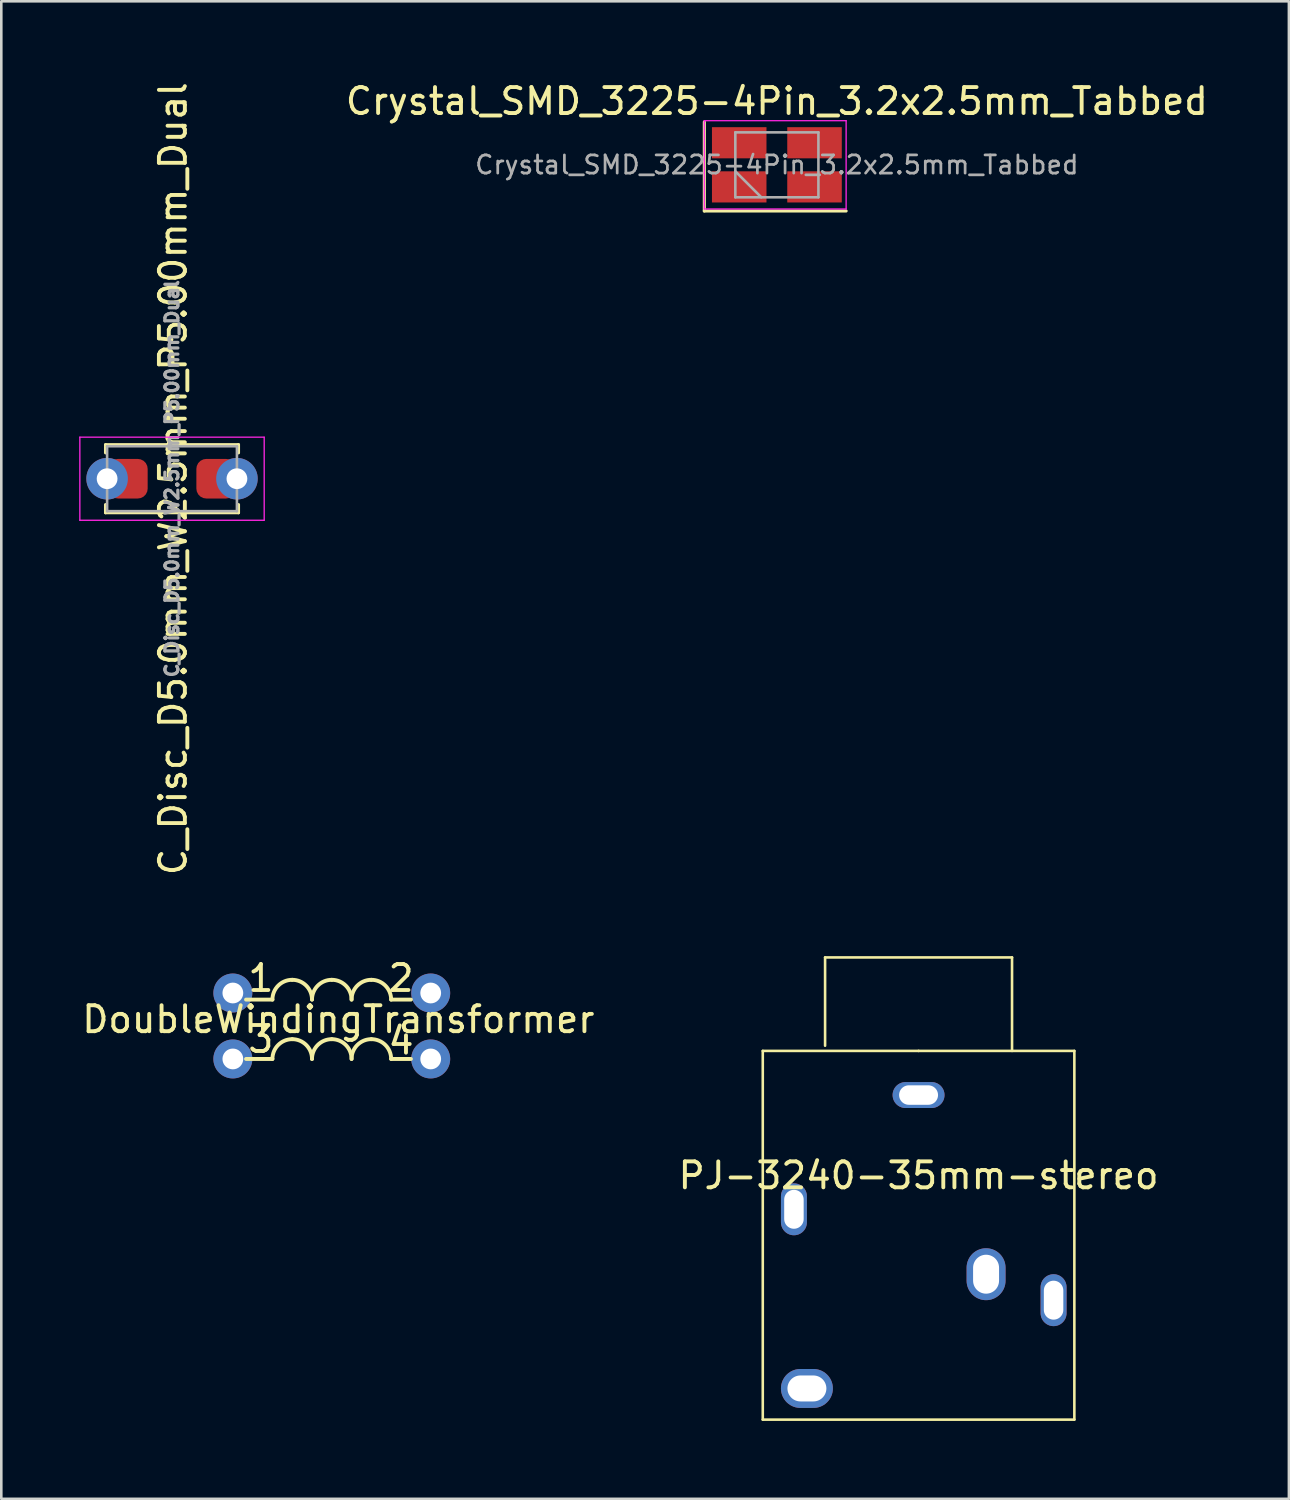
<source format=kicad_pcb>
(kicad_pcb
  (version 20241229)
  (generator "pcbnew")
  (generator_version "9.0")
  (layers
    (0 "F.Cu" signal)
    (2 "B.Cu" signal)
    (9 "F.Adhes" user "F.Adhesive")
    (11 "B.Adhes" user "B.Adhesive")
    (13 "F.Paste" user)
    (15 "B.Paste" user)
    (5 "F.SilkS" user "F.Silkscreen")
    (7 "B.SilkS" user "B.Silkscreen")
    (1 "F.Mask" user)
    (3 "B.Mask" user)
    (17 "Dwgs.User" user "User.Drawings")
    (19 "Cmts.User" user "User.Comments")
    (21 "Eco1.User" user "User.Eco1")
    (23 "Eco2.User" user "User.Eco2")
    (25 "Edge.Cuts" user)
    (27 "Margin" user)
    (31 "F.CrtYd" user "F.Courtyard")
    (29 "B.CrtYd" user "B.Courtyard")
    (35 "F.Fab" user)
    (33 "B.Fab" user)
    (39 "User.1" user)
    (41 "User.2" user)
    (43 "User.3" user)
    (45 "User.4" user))
  (footprint "PJ-3240-35mm-stereo"
    (layer "F.Cu")
    (at 32.327 37.424)
    (property "Reference" "PJ-3240-35mm-stereo" (at 0 4.8 0) (layer "F.SilkS") (effects (font (size 1 1) (thickness 0.15))))
    (attr through_hole)
    (fp_line (start -6 0) (end -6 14.2) (stroke (width 0.1) (type solid)) (layer "F.SilkS"))
    (fp_line (start -6 14.2) (end 6 14.2) (stroke (width 0.1) (type solid)) (layer "F.SilkS"))
    (fp_line (start -3.6 -3.6) (end 3.6 -3.6) (stroke (width 0.1) (type solid)) (layer "F.SilkS"))
    (fp_line (start -3.6 -0.2) (end -3.6 -3.6) (stroke (width 0.1) (type solid)) (layer "F.SilkS"))
    (fp_line (start 0 0) (end -6 0) (stroke (width 0.1) (type solid)) (layer "F.SilkS"))
    (fp_line (start 3.6 -3.6) (end 3.6 0) (stroke (width 0.1) (type solid)) (layer "F.SilkS"))
    (fp_line (start 6 0) (end 0 0) (stroke (width 0.1) (type solid)) (layer "F.SilkS"))
    (fp_line (start 6 14.2) (end 6 0) (stroke (width 0.1) (type solid)) (layer "F.SilkS"))
    (pad "G" thru_hole oval (at 0 1.7) (size 2 1) (drill oval 1.5 0.75) (layers "*.Cu" "*.Mask"))
    (pad "S1" thru_hole oval (at 5.2 9.6) (size 1 2) (drill oval 0.75 1.5) (layers "*.Cu" "*.Mask"))
    (pad "SN1" thru_hole oval (at 2.6 8.6) (size 1.5 2) (drill oval 1 1.5) (layers "*.Cu" "*.Mask"))
    (pad "T1" thru_hole oval (at -4.8 6.1) (size 1 2) (drill oval 0.75 1.5) (layers "*.Cu" "*.Mask"))
    (pad "TN1" thru_hole oval (at -4.3 13) (size 2 1.5) (drill oval 1.5 1) (layers "*.Cu" "*.Mask")))
  (footprint "DoubleWindingTransformer"
    (layer "F.Cu")
    (at 9.728 36.464)
    (property "Reference" "DoubleWindingTransformer" (at 0.254 -0.254 0) (layer "F.SilkS") (effects (font (size 1 1) (thickness 0.15))))
    (attr through_hole)
    (fp_line (start -2.286 -1.016) (end -3.302 -1.016) (stroke (width 0.15) (type solid)) (layer "F.SilkS"))
    (fp_line (start -2.286 1.27) (end -3.302 1.27) (stroke (width 0.15) (type solid)) (layer "F.SilkS"))
    (fp_line (start 2.286 -1.016) (end 3.048 -1.016) (stroke (width 0.15) (type solid)) (layer "F.SilkS"))
    (fp_line (start 2.286 1.27) (end 3.048 1.27) (stroke (width 0.15) (type solid)) (layer "F.SilkS"))
    (fp_arc (start -2.286 -1.016) (mid -2.062815 -1.554815) (end -1.524 -1.778) (stroke (width 0.15) (type solid)) (layer "F.SilkS"))
    (fp_arc (start -2.286 1.27) (mid -2.062815 0.731185) (end -1.524 0.508) (stroke (width 0.15) (type solid)) (layer "F.SilkS"))
    (fp_arc (start -1.524 -1.778) (mid -0.985185 -1.554815) (end -0.762 -1.016) (stroke (width 0.15) (type solid)) (layer "F.SilkS"))
    (fp_arc (start -1.524 0.508) (mid -0.985185 0.731185) (end -0.762 1.27) (stroke (width 0.15) (type solid)) (layer "F.SilkS"))
    (fp_arc (start -0.762 -1.016) (mid -0.538815 -1.554815) (end 0 -1.778) (stroke (width 0.15) (type solid)) (layer "F.SilkS"))
    (fp_arc (start -0.762 1.27) (mid -0.538815 0.731185) (end 0 0.508) (stroke (width 0.15) (type solid)) (layer "F.SilkS"))
    (fp_arc (start 0 -1.778) (mid 0.538815 -1.554815) (end 0.762 -1.016) (stroke (width 0.15) (type solid)) (layer "F.SilkS"))
    (fp_arc (start 0 0.508) (mid 0.538815 0.731185) (end 0.762 1.27) (stroke (width 0.15) (type solid)) (layer "F.SilkS"))
    (fp_arc (start 0.762 -1.016) (mid 0.985185 -1.554815) (end 1.524 -1.778) (stroke (width 0.15) (type solid)) (layer "F.SilkS"))
    (fp_arc (start 0.762 1.27) (mid 0.985185 0.731185) (end 1.524 0.508) (stroke (width 0.15) (type solid)) (layer "F.SilkS"))
    (fp_arc (start 1.524 -1.778) (mid 2.062815 -1.554815) (end 2.286 -1.016) (stroke (width 0.15) (type solid)) (layer "F.SilkS"))
    (fp_arc (start 1.524 0.508) (mid 2.062815 0.731185) (end 2.286 1.27) (stroke (width 0.15) (type solid)) (layer "F.SilkS"))
    (fp_text user "3" (at -2.731 0.508 0) (layer "F.SilkS") (effects (font (size 1 1) (thickness 0.15))))
    (fp_text user "2" (at 2.667 -1.841 0) (layer "F.SilkS") (effects (font (size 1 1) (thickness 0.15))))
    (fp_text user "4" (at 2.667 0.572 0) (layer "F.SilkS") (effects (font (size 1 1) (thickness 0.15))))
    (fp_text user "1" (at -2.731 -1.841 0) (layer "F.SilkS") (effects (font (size 1 1) (thickness 0.15))))
    (pad "1" thru_hole circle (at -3.81 -1.27) (size 1.5 1.5) (drill 0.8) (layers "*.Cu" "*.Mask"))
    (pad "2" thru_hole circle (at 3.81 -1.27) (size 1.5 1.5) (drill 0.8) (layers "*.Cu" "*.Mask"))
    (pad "3" thru_hole circle (at -3.81 1.27) (size 1.5 1.5) (drill 0.8) (layers "*.Cu" "*.Mask"))
    (pad "4" thru_hole circle (at 3.81 1.27) (size 1.5 1.5) (drill 0.8) (layers "*.Cu" "*.Mask")))
  (footprint "C_Disc_D5.0mm_W2.5mm_P5.00mm_Dual"
    (layer "F.Cu")
    (at 1.075 15.387)
    (property "Reference" "C_Disc_D5.0mm_W2.5mm_P5.00mm_Dual" (at 2.54 0 90) (layer "F.SilkS") (effects (font (size 1 1) (thickness 0.15))))
    (attr through_hole)
    (fp_line (start -0.06 -1.31) (end -0.06 -0.996) (stroke (width 0.12) (type solid)) (layer "F.SilkS"))
    (fp_line (start -0.06 -1.31) (end 5.06 -1.31) (stroke (width 0.12) (type solid)) (layer "F.SilkS"))
    (fp_line (start -0.06 0.996) (end -0.06 1.31) (stroke (width 0.12) (type solid)) (layer "F.SilkS"))
    (fp_line (start -0.06 1.31) (end 5.06 1.31) (stroke (width 0.12) (type solid)) (layer "F.SilkS"))
    (fp_line (start 5.06 -1.31) (end 5.06 -0.996) (stroke (width 0.12) (type solid)) (layer "F.SilkS"))
    (fp_line (start 5.06 0.996) (end 5.06 1.31) (stroke (width 0.12) (type solid)) (layer "F.SilkS"))
    (fp_line (start -1.05 -1.6) (end -1.05 1.6) (stroke (width 0.05) (type solid)) (layer "F.CrtYd"))
    (fp_line (start -1.05 1.6) (end 6.05 1.6) (stroke (width 0.05) (type solid)) (layer "F.CrtYd"))
    (fp_line (start 6.05 -1.6) (end -1.05 -1.6) (stroke (width 0.05) (type solid)) (layer "F.CrtYd"))
    (fp_line (start 6.05 1.6) (end 6.05 -1.6) (stroke (width 0.05) (type solid)) (layer "F.CrtYd"))
    (fp_line (start 0 -1.25) (end 0 1.25) (stroke (width 0.1) (type solid)) (layer "F.Fab"))
    (fp_line (start 0 1.25) (end 5 1.25) (stroke (width 0.1) (type solid)) (layer "F.Fab"))
    (fp_line (start 5 -1.25) (end 0 -1.25) (stroke (width 0.1) (type solid)) (layer "F.Fab"))
    (fp_line (start 5 1.25) (end 5 -1.25) (stroke (width 0.1) (type solid)) (layer "F.Fab"))
    (fp_text user "${REFERENCE}" (at 2.5 0 90) (layer "F.Fab") (effects (font (size 0.5 0.5) (thickness 0.125))))
    (pad "1" thru_hole circle (at 0 0) (size 1.6 1.6) (drill 0.8) (layers "*.Cu" "*.Mask"))
    (pad "1" smd roundrect (at 0.8 0) (size 1.524 1.524) (layers "F.Cu" "F.Mask" "F.Paste") (roundrect_rratio 0.25))
    (pad "2" smd roundrect (at 4.2 0) (size 1.524 1.524) (layers "F.Cu" "F.Mask" "F.Paste") (roundrect_rratio 0.25))
    (pad "2" thru_hole circle (at 5 0) (size 1.6 1.6) (drill 0.8) (layers "*.Cu" "*.Mask")))
  (footprint "Crystal_SMD_3225-4Pin_3.2x2.5mm_Tabbed"
    (layer "F.Cu")
    (at 26.87 3.298)
    (property "Reference" "Crystal_SMD_3225-4Pin_3.2x2.5mm_Tabbed" (at 0 -2.45 0) (layer "F.SilkS") (effects (font (size 1 1) (thickness 0.15))))
    (attr smd)
    (fp_line (start -2.794 -1.651) (end -2.794 1.778) (stroke (width 0.12) (type solid)) (layer "F.SilkS"))
    (fp_line (start -2.794 1.778) (end 2.667 1.778) (stroke (width 0.12) (type solid)) (layer "F.SilkS"))
    (fp_line (start -2.794 -1.7) (end -2.794 1.7) (stroke (width 0.05) (type solid)) (layer "F.CrtYd"))
    (fp_line (start -2.794 1.7) (end 2.667 1.7) (stroke (width 0.05) (type solid)) (layer "F.CrtYd"))
    (fp_line (start 2.667 -1.7) (end -2.794 -1.7) (stroke (width 0.05) (type solid)) (layer "F.CrtYd"))
    (fp_line (start 2.667 1.7) (end 2.667 -1.7) (stroke (width 0.05) (type solid)) (layer "F.CrtYd"))
    (fp_line (start -1.6 -1.25) (end -1.6 1.25) (stroke (width 0.1) (type solid)) (layer "F.Fab"))
    (fp_line (start -1.6 0.25) (end -0.6 1.25) (stroke (width 0.1) (type solid)) (layer "F.Fab"))
    (fp_line (start -1.6 1.25) (end 1.6 1.25) (stroke (width 0.1) (type solid)) (layer "F.Fab"))
    (fp_line (start 1.6 -1.25) (end -1.6 -1.25) (stroke (width 0.1) (type solid)) (layer "F.Fab"))
    (fp_line (start 1.6 1.25) (end 1.6 -1.25) (stroke (width 0.1) (type solid)) (layer "F.Fab"))
    (fp_text user "${REFERENCE}" (at 0 0 0) (layer "F.Fab") (effects (font (size 0.7 0.7) (thickness 0.105))))
    (pad "1" smd rect (at -1.45 0.85) (size 2.1 1.2) (layers "F.Cu" "F.Mask" "F.Paste"))
    (pad "2" smd rect (at 1.45 0.85) (size 2.1 1.2) (layers "F.Cu" "F.Mask" "F.Paste"))
    (pad "3" smd rect (at 1.45 -0.85) (size 2.1 1.2) (layers "F.Cu" "F.Mask" "F.Paste"))
    (pad "4" smd rect (at -1.45 -0.85) (size 2.1 1.2) (layers "F.Cu" "F.Mask" "F.Paste")))
  (gr_rect
    (start -3 -3)
    (end 46.59 54.674)
    (stroke (width 0.1) (type default))
    (fill no)
    (layer "Edge.Cuts")))
</source>
